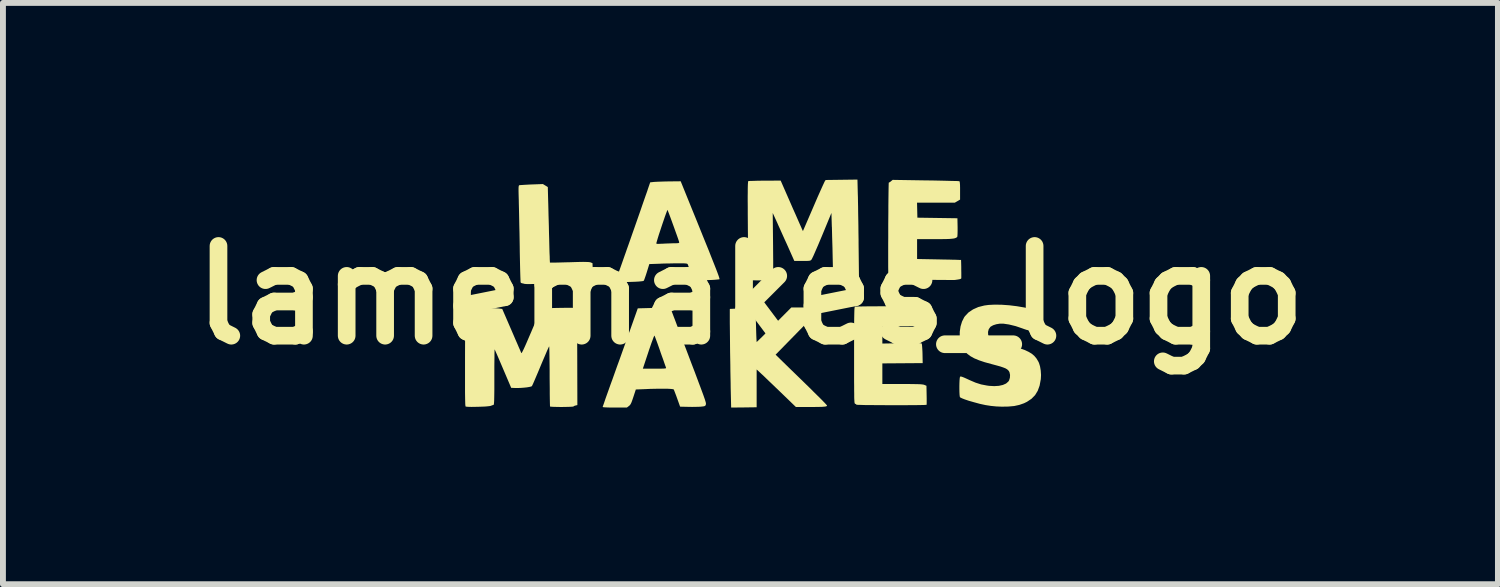
<source format=kicad_pcb>
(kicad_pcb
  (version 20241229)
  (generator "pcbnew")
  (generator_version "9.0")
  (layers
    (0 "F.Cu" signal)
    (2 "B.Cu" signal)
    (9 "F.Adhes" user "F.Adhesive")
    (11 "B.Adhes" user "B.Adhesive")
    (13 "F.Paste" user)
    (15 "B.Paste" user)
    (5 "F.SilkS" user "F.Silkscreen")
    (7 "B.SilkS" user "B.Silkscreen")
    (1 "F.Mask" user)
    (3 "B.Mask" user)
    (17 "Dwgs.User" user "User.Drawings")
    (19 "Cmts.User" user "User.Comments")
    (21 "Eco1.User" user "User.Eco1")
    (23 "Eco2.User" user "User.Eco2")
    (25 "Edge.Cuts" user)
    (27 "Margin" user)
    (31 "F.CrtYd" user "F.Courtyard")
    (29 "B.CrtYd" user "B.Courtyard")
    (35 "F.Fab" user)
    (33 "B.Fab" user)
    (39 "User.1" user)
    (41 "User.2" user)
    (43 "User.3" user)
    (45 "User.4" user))
  (footprint "lamemakes_logo"
    (layer "F.Cu")
    (at 9.696 1.962)
    (property "Reference" "lamemakes_logo" (at 0 0 0) (layer "F.SilkS") (effects (font (size 1.524 1.524) (thickness 0.3))))
    (attr board_only exclude_from_pos_files exclude_from_bom)
    (fp_poly (pts (xy -3.484 -1.861) (xy -3.442 -1.835) (xy -3.436 -1.605) (xy -3.434 -1.541) (xy -3.432 -1.461) (xy -3.43 -1.369) (xy -3.427 -1.269) (xy -3.424 -1.165) (xy -3.422 -1.061) (xy -3.419 -0.965) (xy -3.417 -0.877) (xy -3.415 -0.795) (xy -3.413 -0.721) (xy -3.41 -0.658) (xy -3.409 -0.608) (xy -3.407 -0.573) (xy -3.406 -0.554) (xy -3.406 -0.552) (xy -3.395 -0.552) (xy -3.367 -0.552) (xy -3.324 -0.552) (xy -3.268 -0.553) (xy -3.201 -0.555) (xy -3.126 -0.557) (xy -3.074 -0.558) (xy -2.979 -0.561) (xy -2.902 -0.563) (xy -2.842 -0.564) (xy -2.795 -0.563) (xy -2.761 -0.562) (xy -2.736 -0.56) (xy -2.72 -0.557) (xy -2.714 -0.555) (xy -2.683 -0.542) (xy -2.677 -0.389) (xy -2.675 -0.33) (xy -2.674 -0.282) (xy -2.675 -0.247) (xy -2.678 -0.229) (xy -2.679 -0.227) (xy -2.689 -0.225) (xy -2.716 -0.222) (xy -2.759 -0.219) (xy -2.819 -0.216) (xy -2.897 -0.213) (xy -2.993 -0.21) (xy -3.106 -0.206) (xy -3.239 -0.202) (xy -3.39 -0.197) (xy -3.561 -0.192) (xy -3.718 -0.188) (xy -3.765 -0.187) (xy -3.804 -0.188) (xy -3.832 -0.19) (xy -3.843 -0.192) (xy -3.862 -0.198) (xy -3.877 -0.2) (xy -3.896 -0.207) (xy -3.904 -0.217) (xy -3.905 -0.23) (xy -3.906 -0.262) (xy -3.908 -0.309) (xy -3.91 -0.371) (xy -3.912 -0.446) (xy -3.914 -0.532) (xy -3.916 -0.627) (xy -3.918 -0.729) (xy -3.919 -0.83) (xy -3.921 -0.945) (xy -3.923 -1.061) (xy -3.926 -1.175) (xy -3.928 -1.283) (xy -3.93 -1.384) (xy -3.932 -1.475) (xy -3.934 -1.552) (xy -3.935 -1.614) (xy -3.936 -1.642) (xy -3.938 -1.715) (xy -3.939 -1.769) (xy -3.939 -1.809) (xy -3.938 -1.836) (xy -3.935 -1.853) (xy -3.932 -1.862) (xy -3.927 -1.866) (xy -3.913 -1.868) (xy -3.882 -1.87) (xy -3.837 -1.873) (xy -3.783 -1.876) (xy -3.723 -1.879) (xy -3.718 -1.879) (xy -3.525 -1.886)) (stroke (width 0) (type solid)) (fill yes) (layer "F.SilkS"))
    (fp_poly (pts (xy 1.021 0.21) (xy 1.081 0.211) (xy 1.125 0.212) (xy 1.156 0.213) (xy 1.175 0.216) (xy 1.185 0.219) (xy 1.188 0.223) (xy 1.188 0.224) (xy 1.181 0.234) (xy 1.161 0.257) (xy 1.129 0.291) (xy 1.087 0.335) (xy 1.036 0.388) (xy 0.978 0.448) (xy 0.914 0.515) (xy 0.844 0.586) (xy 0.806 0.625) (xy 0.427 1.012) (xy 0.496 1.079) (xy 0.517 1.1) (xy 0.55 1.132) (xy 0.595 1.176) (xy 0.648 1.228) (xy 0.71 1.288) (xy 0.777 1.353) (xy 0.848 1.422) (xy 0.922 1.494) (xy 0.932 1.504) (xy 1.004 1.574) (xy 1.07 1.64) (xy 1.131 1.7) (xy 1.185 1.753) (xy 1.23 1.799) (xy 1.265 1.835) (xy 1.288 1.86) (xy 1.299 1.873) (xy 1.3 1.875) (xy 1.298 1.882) (xy 1.29 1.888) (xy 1.275 1.892) (xy 1.25 1.895) (xy 1.214 1.898) (xy 1.164 1.899) (xy 1.098 1.9) (xy 1.013 1.9) (xy 1.013 1.9) (xy 0.771 1.9) (xy 0.499 1.637) (xy 0.435 1.576) (xy 0.373 1.516) (xy 0.315 1.461) (xy 0.263 1.411) (xy 0.22 1.369) (xy 0.186 1.338) (xy 0.166 1.319) (xy 0.105 1.263) (xy 0.105 1.905) (xy -0.111 1.908) (xy -0.328 1.91) (xy -0.334 1.658) (xy -0.336 1.577) (xy -0.337 1.488) (xy -0.339 1.39) (xy -0.341 1.287) (xy -0.342 1.179) (xy -0.344 1.07) (xy -0.346 0.96) (xy -0.347 0.851) (xy -0.348 0.745) (xy -0.349 0.645) (xy -0.35 0.551) (xy -0.351 0.466) (xy -0.351 0.392) (xy -0.351 0.33) (xy -0.351 0.282) (xy -0.351 0.25) (xy -0.35 0.236) (xy -0.35 0.235) (xy -0.339 0.234) (xy -0.311 0.233) (xy -0.269 0.231) (xy -0.216 0.23) (xy -0.154 0.229) (xy -0.13 0.228) (xy 0.085 0.225) (xy 0.094 0.51) (xy 0.096 0.583) (xy 0.098 0.65) (xy 0.1 0.707) (xy 0.102 0.752) (xy 0.104 0.783) (xy 0.105 0.797) (xy 0.105 0.798) (xy 0.112 0.791) (xy 0.132 0.772) (xy 0.163 0.742) (xy 0.204 0.702) (xy 0.253 0.653) (xy 0.308 0.598) (xy 0.369 0.537) (xy 0.4 0.505) (xy 0.694 0.21) (xy 0.943 0.21)) (stroke (width 0) (type solid)) (fill yes) (layer "F.SilkS"))
    (fp_poly (pts (xy 2.975 -1.948) (xy 3.079 -1.947) (xy 3.178 -1.945) (xy 3.268 -1.943) (xy 3.349 -1.941) (xy 3.419 -1.939) (xy 3.476 -1.938) (xy 3.517 -1.937) (xy 3.541 -1.935) (xy 3.547 -1.935) (xy 3.553 -1.927) (xy 3.556 -1.908) (xy 3.559 -1.873) (xy 3.56 -1.823) (xy 3.56 -1.776) (xy 3.56 -1.622) (xy 3.516 -1.596) (xy 3.471 -1.57) (xy 2.829 -1.57) (xy 2.835 -1.315) (xy 3.515 -1.305) (xy 3.518 -1.151) (xy 3.518 -1.09) (xy 3.517 -1.041) (xy 3.515 -1.006) (xy 3.512 -0.988) (xy 3.511 -0.987) (xy 3.498 -0.977) (xy 3.481 -0.969) (xy 3.458 -0.962) (xy 3.426 -0.958) (xy 3.383 -0.954) (xy 3.328 -0.952) (xy 3.257 -0.951) (xy 3.17 -0.95) (xy 3.127 -0.95) (xy 2.83 -0.95) (xy 2.83 -0.613) (xy 3.202 -0.606) (xy 3.286 -0.604) (xy 3.364 -0.603) (xy 3.433 -0.601) (xy 3.491 -0.6) (xy 3.536 -0.598) (xy 3.565 -0.597) (xy 3.577 -0.597) (xy 3.577 -0.597) (xy 3.577 -0.587) (xy 3.578 -0.561) (xy 3.579 -0.523) (xy 3.58 -0.478) (xy 3.58 -0.43) (xy 3.581 -0.382) (xy 3.581 -0.339) (xy 3.581 -0.305) (xy 3.581 -0.285) (xy 3.58 -0.284) (xy 3.571 -0.276) (xy 3.549 -0.269) (xy 3.537 -0.267) (xy 3.507 -0.262) (xy 3.484 -0.259) (xy 3.48 -0.258) (xy 3.467 -0.257) (xy 3.436 -0.257) (xy 3.39 -0.257) (xy 3.328 -0.257) (xy 3.254 -0.258) (xy 3.17 -0.258) (xy 3.076 -0.259) (xy 2.975 -0.26) (xy 2.905 -0.26) (xy 2.801 -0.261) (xy 2.703 -0.262) (xy 2.614 -0.263) (xy 2.534 -0.264) (xy 2.465 -0.265) (xy 2.41 -0.266) (xy 2.37 -0.267) (xy 2.347 -0.267) (xy 2.342 -0.268) (xy 2.342 -0.278) (xy 2.341 -0.307) (xy 2.34 -0.352) (xy 2.34 -0.412) (xy 2.339 -0.484) (xy 2.339 -0.567) (xy 2.339 -0.659) (xy 2.339 -0.759) (xy 2.339 -0.864) (xy 2.34 -0.973) (xy 2.34 -1.083) (xy 2.34 -1.194) (xy 2.341 -1.303) (xy 2.342 -1.409) (xy 2.342 -1.509) (xy 2.343 -1.602) (xy 2.344 -1.686) (xy 2.345 -1.759) (xy 2.346 -1.82) (xy 2.347 -1.867) (xy 2.348 -1.897) (xy 2.349 -1.91) (xy 2.349 -1.91) (xy 2.362 -1.916) (xy 2.383 -1.93) (xy 2.387 -1.934) (xy 2.415 -1.957)) (stroke (width 0) (type solid)) (fill yes) (layer "F.SilkS"))
    (fp_poly (pts (xy 2.96 0.19) (xy 2.965 0.212) (xy 2.967 0.23) (xy 2.968 0.264) (xy 2.969 0.309) (xy 2.968 0.36) (xy 2.968 0.375) (xy 2.965 0.515) (xy 2.92 0.522) (xy 2.899 0.523) (xy 2.861 0.525) (xy 2.808 0.526) (xy 2.744 0.528) (xy 2.672 0.529) (xy 2.593 0.529) (xy 2.558 0.529) (xy 2.24 0.53) (xy 2.24 0.823) (xy 2.569 0.817) (xy 2.664 0.815) (xy 2.741 0.814) (xy 2.802 0.814) (xy 2.847 0.815) (xy 2.878 0.817) (xy 2.898 0.819) (xy 2.907 0.822) (xy 2.908 0.823) (xy 2.912 0.837) (xy 2.915 0.867) (xy 2.918 0.909) (xy 2.921 0.961) (xy 2.922 0.995) (xy 2.925 1.155) (xy 2.24 1.16) (xy 2.24 1.51) (xy 2.579 1.51) (xy 2.674 1.51) (xy 2.751 1.511) (xy 2.813 1.512) (xy 2.86 1.513) (xy 2.896 1.515) (xy 2.922 1.518) (xy 2.941 1.521) (xy 2.953 1.525) (xy 2.989 1.54) (xy 2.992 1.697) (xy 2.993 1.752) (xy 2.993 1.799) (xy 2.993 1.835) (xy 2.992 1.858) (xy 2.992 1.863) (xy 2.982 1.864) (xy 2.953 1.866) (xy 2.91 1.867) (xy 2.852 1.868) (xy 2.783 1.869) (xy 2.705 1.869) (xy 2.62 1.87) (xy 2.529 1.87) (xy 2.436 1.87) (xy 2.341 1.87) (xy 2.248 1.869) (xy 2.158 1.869) (xy 2.074 1.868) (xy 1.997 1.868) (xy 1.93 1.867) (xy 1.874 1.865) (xy 1.833 1.864) (xy 1.807 1.863) (xy 1.8 1.861) (xy 1.792 1.852) (xy 1.78 1.847) (xy 1.776 1.846) (xy 1.773 1.843) (xy 1.771 1.838) (xy 1.768 1.829) (xy 1.766 1.814) (xy 1.765 1.793) (xy 1.763 1.765) (xy 1.762 1.727) (xy 1.762 1.679) (xy 1.761 1.619) (xy 1.761 1.546) (xy 1.76 1.46) (xy 1.76 1.357) (xy 1.76 1.238) (xy 1.76 1.101) (xy 1.76 1.022) (xy 1.76 0.874) (xy 1.76 0.745) (xy 1.76 0.633) (xy 1.761 0.537) (xy 1.761 0.456) (xy 1.762 0.389) (xy 1.763 0.335) (xy 1.764 0.292) (xy 1.765 0.258) (xy 1.766 0.234) (xy 1.768 0.216) (xy 1.77 0.205) (xy 1.773 0.199) (xy 1.776 0.196) (xy 1.776 0.196) (xy 1.788 0.195) (xy 1.819 0.194) (xy 1.866 0.193) (xy 1.928 0.192) (xy 2.003 0.191) (xy 2.088 0.191) (xy 2.183 0.19) (xy 2.284 0.19) (xy 2.376 0.19)) (stroke (width 0) (type solid)) (fill yes) (layer "F.SilkS"))
    (fp_poly (pts (xy 1.823 -1.718) (xy 1.825 -1.662) (xy 1.826 -1.588) (xy 1.828 -1.5) (xy 1.829 -1.4) (xy 1.831 -1.292) (xy 1.833 -1.178) (xy 1.834 -1.061) (xy 1.836 -0.943) (xy 1.836 -0.884) (xy 1.843 -0.294) (xy 1.814 -0.282) (xy 1.792 -0.277) (xy 1.755 -0.274) (xy 1.7 -0.272) (xy 1.626 -0.272) (xy 1.595 -0.272) (xy 1.405 -0.275) (xy 1.397 -0.6) (xy 1.395 -0.693) (xy 1.393 -0.794) (xy 1.39 -0.895) (xy 1.387 -0.993) (xy 1.385 -1.081) (xy 1.383 -1.156) (xy 1.382 -1.16) (xy 1.375 -1.395) (xy 1.216 -1.01) (xy 1.181 -0.927) (xy 1.148 -0.848) (xy 1.117 -0.777) (xy 1.09 -0.715) (xy 1.068 -0.665) (xy 1.05 -0.628) (xy 1.039 -0.606) (xy 1.036 -0.603) (xy 1.027 -0.593) (xy 1.016 -0.587) (xy 1 -0.583) (xy 0.974 -0.581) (xy 0.935 -0.58) (xy 0.881 -0.58) (xy 0.745 -0.58) (xy 0.648 -0.798) (xy 0.614 -0.874) (xy 0.575 -0.959) (xy 0.536 -1.046) (xy 0.499 -1.129) (xy 0.467 -1.199) (xy 0.465 -1.205) (xy 0.378 -1.395) (xy 0.384 -0.842) (xy 0.385 -0.701) (xy 0.386 -0.58) (xy 0.386 -0.48) (xy 0.386 -0.399) (xy 0.385 -0.337) (xy 0.383 -0.295) (xy 0.381 -0.273) (xy 0.38 -0.269) (xy 0.375 -0.263) (xy 0.367 -0.258) (xy 0.353 -0.254) (xy 0.331 -0.252) (xy 0.297 -0.251) (xy 0.25 -0.25) (xy 0.185 -0.25) (xy 0.169 -0.25) (xy 0.097 -0.25) (xy 0.042 -0.251) (xy 0.004 -0.253) (xy -0.02 -0.256) (xy -0.032 -0.26) (xy -0.034 -0.263) (xy -0.035 -0.274) (xy -0.036 -0.304) (xy -0.037 -0.352) (xy -0.038 -0.414) (xy -0.039 -0.491) (xy -0.04 -0.58) (xy -0.041 -0.68) (xy -0.042 -0.79) (xy -0.043 -0.908) (xy -0.043 -1.032) (xy -0.044 -1.103) (xy -0.045 -1.253) (xy -0.046 -1.385) (xy -0.046 -1.499) (xy -0.047 -1.597) (xy -0.047 -1.679) (xy -0.046 -1.747) (xy -0.046 -1.803) (xy -0.045 -1.847) (xy -0.044 -1.881) (xy -0.042 -1.905) (xy -0.041 -1.922) (xy -0.039 -1.932) (xy -0.036 -1.936) (xy -0.036 -1.936) (xy -0.022 -1.938) (xy 0.008 -1.939) (xy 0.053 -1.94) (xy 0.11 -1.942) (xy 0.176 -1.943) (xy 0.246 -1.943) (xy 0.513 -1.945) (xy 0.686 -1.55) (xy 0.723 -1.465) (xy 0.759 -1.385) (xy 0.791 -1.312) (xy 0.819 -1.248) (xy 0.843 -1.194) (xy 0.861 -1.154) (xy 0.872 -1.128) (xy 0.875 -1.121) (xy 0.891 -1.087) (xy 1.068 -1.497) (xy 1.105 -1.583) (xy 1.14 -1.664) (xy 1.173 -1.738) (xy 1.202 -1.803) (xy 1.226 -1.856) (xy 1.245 -1.897) (xy 1.257 -1.923) (xy 1.261 -1.931) (xy 1.277 -1.955) (xy 1.817 -1.962)) (stroke (width 0) (type solid)) (fill yes) (layer "F.SilkS"))
    (fp_poly (pts (xy -1.436 0.216) (xy -1.399 0.217) (xy -1.376 0.219) (xy -1.364 0.223) (xy -1.363 0.223) (xy -1.355 0.237) (xy -1.343 0.265) (xy -1.327 0.303) (xy -1.315 0.335) (xy -1.305 0.362) (xy -1.288 0.406) (xy -1.266 0.464) (xy -1.239 0.536) (xy -1.208 0.619) (xy -1.173 0.71) (xy -1.136 0.809) (xy -1.096 0.913) (xy -1.055 1.021) (xy -1.048 1.04) (xy -0.995 1.18) (xy -0.948 1.302) (xy -0.908 1.409) (xy -0.874 1.5) (xy -0.845 1.577) (xy -0.821 1.642) (xy -0.801 1.696) (xy -0.786 1.739) (xy -0.774 1.773) (xy -0.766 1.8) (xy -0.76 1.82) (xy -0.757 1.835) (xy -0.756 1.846) (xy -0.757 1.854) (xy -0.759 1.861) (xy -0.759 1.864) (xy -0.766 1.877) (xy -0.778 1.885) (xy -0.799 1.89) (xy -0.835 1.894) (xy -0.842 1.895) (xy -0.88 1.897) (xy -0.932 1.898) (xy -0.991 1.899) (xy -1.05 1.898) (xy -1.055 1.898) (xy -1.195 1.895) (xy -1.245 1.755) (xy -1.263 1.705) (xy -1.28 1.661) (xy -1.293 1.627) (xy -1.301 1.606) (xy -1.303 1.603) (xy -1.316 1.598) (xy -1.347 1.594) (xy -1.395 1.591) (xy -1.456 1.59) (xy -1.529 1.59) (xy -1.613 1.591) (xy -1.705 1.593) (xy -1.791 1.597) (xy -1.947 1.603) (xy -1.989 1.731) (xy -2.007 1.784) (xy -2.021 1.822) (xy -2.034 1.849) (xy -2.046 1.867) (xy -2.061 1.881) (xy -2.065 1.884) (xy -2.099 1.91) (xy -2.304 1.91) (xy -2.378 1.91) (xy -2.436 1.908) (xy -2.479 1.906) (xy -2.504 1.903) (xy -2.51 1.9) (xy -2.507 1.889) (xy -2.497 1.861) (xy -2.482 1.818) (xy -2.463 1.761) (xy -2.439 1.694) (xy -2.411 1.616) (xy -2.381 1.531) (xy -2.348 1.441) (xy -2.345 1.433) (xy -2.306 1.323) (xy -2.28 1.25) (xy -1.828 1.25) (xy -1.628 1.25) (xy -1.56 1.25) (xy -1.51 1.249) (xy -1.474 1.248) (xy -1.451 1.246) (xy -1.439 1.244) (xy -1.434 1.239) (xy -1.434 1.234) (xy -1.434 1.233) (xy -1.439 1.219) (xy -1.45 1.189) (xy -1.465 1.146) (xy -1.484 1.091) (xy -1.507 1.028) (xy -1.531 0.96) (xy -1.532 0.955) (xy -1.556 0.887) (xy -1.578 0.825) (xy -1.598 0.771) (xy -1.614 0.728) (xy -1.625 0.7) (xy -1.63 0.687) (xy -1.63 0.687) (xy -1.635 0.694) (xy -1.646 0.717) (xy -1.66 0.756) (xy -1.679 0.806) (xy -1.7 0.867) (xy -1.724 0.936) (xy -1.733 0.964) (xy -1.828 1.25) (xy -2.28 1.25) (xy -2.264 1.205) (xy -2.219 1.082) (xy -2.175 0.958) (xy -2.132 0.838) (xy -2.093 0.727) (xy -2.058 0.629) (xy -2.047 0.6) (xy -1.914 0.225) (xy -1.645 0.218) (xy -1.557 0.216) (xy -1.488 0.216)) (stroke (width 0) (type solid)) (fill yes) (layer "F.SilkS"))
    (fp_poly (pts (xy 4.269 0.164) (xy 4.396 0.173) (xy 4.526 0.189) (xy 4.655 0.211) (xy 4.755 0.233) (xy 4.845 0.255) (xy 4.848 0.405) (xy 4.849 0.472) (xy 4.849 0.522) (xy 4.847 0.556) (xy 4.842 0.579) (xy 4.833 0.592) (xy 4.819 0.598) (xy 4.799 0.6) (xy 4.772 0.6) (xy 4.731 0.598) (xy 4.694 0.592) (xy 4.652 0.578) (xy 4.616 0.565) (xy 4.505 0.527) (xy 4.39 0.499) (xy 4.295 0.485) (xy 4.235 0.485) (xy 4.175 0.495) (xy 4.122 0.512) (xy 4.081 0.535) (xy 4.074 0.541) (xy 4.047 0.579) (xy 4.035 0.625) (xy 4.037 0.674) (xy 4.054 0.721) (xy 4.061 0.731) (xy 4.078 0.75) (xy 4.103 0.767) (xy 4.138 0.783) (xy 4.185 0.8) (xy 4.247 0.817) (xy 4.326 0.837) (xy 4.361 0.846) (xy 4.477 0.874) (xy 4.574 0.903) (xy 4.656 0.932) (xy 4.723 0.963) (xy 4.778 0.996) (xy 4.822 1.034) (xy 4.858 1.077) (xy 4.888 1.127) (xy 4.9 1.152) (xy 4.918 1.21) (xy 4.93 1.281) (xy 4.935 1.357) (xy 4.931 1.433) (xy 4.93 1.434) (xy 4.911 1.537) (xy 4.879 1.625) (xy 4.834 1.699) (xy 4.773 1.761) (xy 4.697 1.812) (xy 4.646 1.837) (xy 4.566 1.865) (xy 4.479 1.884) (xy 4.38 1.893) (xy 4.268 1.895) (xy 4.175 1.891) (xy 4.084 1.882) (xy 3.993 1.868) (xy 3.896 1.847) (xy 3.79 1.818) (xy 3.706 1.794) (xy 3.641 1.772) (xy 3.595 1.754) (xy 3.566 1.74) (xy 3.558 1.733) (xy 3.554 1.718) (xy 3.551 1.688) (xy 3.549 1.646) (xy 3.548 1.597) (xy 3.548 1.545) (xy 3.549 1.494) (xy 3.551 1.449) (xy 3.554 1.413) (xy 3.558 1.391) (xy 3.56 1.386) (xy 3.568 1.383) (xy 3.582 1.384) (xy 3.606 1.392) (xy 3.64 1.406) (xy 3.688 1.428) (xy 3.725 1.445) (xy 3.823 1.487) (xy 3.917 1.517) (xy 4.016 1.536) (xy 4.051 1.541) (xy 4.14 1.546) (xy 4.219 1.541) (xy 4.287 1.526) (xy 4.341 1.502) (xy 4.379 1.469) (xy 4.392 1.45) (xy 4.406 1.405) (xy 4.409 1.356) (xy 4.399 1.31) (xy 4.391 1.294) (xy 4.377 1.276) (xy 4.358 1.26) (xy 4.331 1.244) (xy 4.293 1.229) (xy 4.243 1.212) (xy 4.178 1.194) (xy 4.096 1.172) (xy 4.089 1.17) (xy 3.976 1.139) (xy 3.881 1.107) (xy 3.802 1.074) (xy 3.737 1.038) (xy 3.685 0.999) (xy 3.642 0.954) (xy 3.609 0.903) (xy 3.592 0.871) (xy 3.566 0.795) (xy 3.554 0.709) (xy 3.555 0.62) (xy 3.568 0.532) (xy 3.593 0.45) (xy 3.629 0.378) (xy 3.644 0.357) (xy 3.704 0.294) (xy 3.78 0.243) (xy 3.869 0.203) (xy 3.971 0.177) (xy 4.044 0.167) (xy 4.15 0.162)) (stroke (width 0) (type solid)) (fill yes) (layer "F.SilkS"))
    (fp_poly (pts (xy -1.003 -1.484) (xy -0.93 -1.305) (xy -0.865 -1.144) (xy -0.807 -1) (xy -0.755 -0.872) (xy -0.709 -0.759) (xy -0.67 -0.66) (xy -0.636 -0.574) (xy -0.607 -0.501) (xy -0.583 -0.44) (xy -0.564 -0.39) (xy -0.549 -0.35) (xy -0.538 -0.319) (xy -0.531 -0.296) (xy -0.527 -0.281) (xy -0.525 -0.272) (xy -0.526 -0.27) (xy -0.538 -0.267) (xy -0.567 -0.264) (xy -0.611 -0.26) (xy -0.664 -0.257) (xy -0.726 -0.255) (xy -0.746 -0.254) (xy -0.817 -0.251) (xy -0.871 -0.249) (xy -0.911 -0.25) (xy -0.94 -0.254) (xy -0.96 -0.264) (xy -0.975 -0.281) (xy -0.987 -0.306) (xy -1 -0.341) (xy -1.016 -0.388) (xy -1.019 -0.397) (xy -1.035 -0.442) (xy -1.05 -0.481) (xy -1.06 -0.51) (xy -1.065 -0.522) (xy -1.07 -0.529) (xy -1.08 -0.534) (xy -1.098 -0.537) (xy -1.127 -0.539) (xy -1.171 -0.54) (xy -1.214 -0.54) (xy -1.276 -0.54) (xy -1.349 -0.538) (xy -1.428 -0.537) (xy -1.504 -0.535) (xy -1.537 -0.533) (xy -1.718 -0.527) (xy -1.76 -0.391) (xy -1.776 -0.341) (xy -1.791 -0.298) (xy -1.803 -0.264) (xy -1.812 -0.245) (xy -1.814 -0.242) (xy -1.828 -0.238) (xy -1.858 -0.234) (xy -1.901 -0.23) (xy -1.953 -0.227) (xy -2.01 -0.225) (xy -2.069 -0.223) (xy -2.127 -0.223) (xy -2.18 -0.223) (xy -2.223 -0.224) (xy -2.254 -0.227) (xy -2.267 -0.229) (xy -2.289 -0.239) (xy -2.234 -0.397) (xy -2.209 -0.467) (xy -2.181 -0.546) (xy -2.153 -0.626) (xy -2.128 -0.697) (xy -2.123 -0.71) (xy -2.1 -0.777) (xy -2.072 -0.855) (xy -2.064 -0.878) (xy -1.599 -0.878) (xy -1.595 -0.873) (xy -1.583 -0.87) (xy -1.559 -0.87) (xy -1.521 -0.872) (xy -1.489 -0.873) (xy -1.432 -0.876) (xy -1.372 -0.878) (xy -1.318 -0.88) (xy -1.292 -0.88) (xy -1.251 -0.881) (xy -1.225 -0.883) (xy -1.213 -0.888) (xy -1.21 -0.895) (xy -1.213 -0.907) (xy -1.222 -0.935) (xy -1.236 -0.976) (xy -1.254 -1.027) (xy -1.275 -1.085) (xy -1.297 -1.147) (xy -1.32 -1.21) (xy -1.342 -1.271) (xy -1.363 -1.328) (xy -1.381 -1.376) (xy -1.396 -1.415) (xy -1.406 -1.44) (xy -1.409 -1.447) (xy -1.413 -1.44) (xy -1.422 -1.417) (xy -1.436 -1.38) (xy -1.453 -1.333) (xy -1.472 -1.277) (xy -1.493 -1.216) (xy -1.514 -1.153) (xy -1.535 -1.089) (xy -1.555 -1.029) (xy -1.572 -0.974) (xy -1.586 -0.927) (xy -1.596 -0.892) (xy -1.598 -0.886) (xy -1.599 -0.878) (xy -2.064 -0.878) (xy -2.041 -0.943) (xy -2.008 -1.038) (xy -1.973 -1.137) (xy -1.938 -1.237) (xy -1.903 -1.337) (xy -1.869 -1.434) (xy -1.838 -1.525) (xy -1.809 -1.608) (xy -1.784 -1.68) (xy -1.763 -1.739) (xy -1.748 -1.782) (xy -1.746 -1.79) (xy -1.703 -1.915) (xy -1.639 -1.922) (xy -1.608 -1.924) (xy -1.562 -1.926) (xy -1.505 -1.928) (xy -1.442 -1.93) (xy -1.38 -1.931) (xy -1.185 -1.933)) (stroke (width 0) (type solid)) (fill yes) (layer "F.SilkS"))
    (fp_poly (pts (xy -3.038 0.216) (xy -3.002 0.217) (xy -2.985 0.219) (xy -2.945 0.226) (xy -2.942 1.047) (xy -2.94 1.868) (xy -2.97 1.875) (xy -2.993 1.882) (xy -3.005 1.891) (xy -3.017 1.894) (xy -3.044 1.896) (xy -3.084 1.898) (xy -3.133 1.899) (xy -3.187 1.9) (xy -3.242 1.9) (xy -3.294 1.899) (xy -3.34 1.898) (xy -3.376 1.896) (xy -3.399 1.894) (xy -3.404 1.892) (xy -3.405 1.881) (xy -3.406 1.851) (xy -3.407 1.806) (xy -3.408 1.746) (xy -3.409 1.674) (xy -3.409 1.592) (xy -3.41 1.501) (xy -3.411 1.403) (xy -3.411 1.377) (xy -3.411 1.278) (xy -3.412 1.186) (xy -3.413 1.102) (xy -3.414 1.028) (xy -3.415 0.966) (xy -3.416 0.918) (xy -3.417 0.886) (xy -3.419 0.871) (xy -3.419 0.87) (xy -3.424 0.879) (xy -3.436 0.905) (xy -3.454 0.944) (xy -3.476 0.996) (xy -3.503 1.059) (xy -3.533 1.129) (xy -3.564 1.203) (xy -3.596 1.28) (xy -3.626 1.351) (xy -3.653 1.414) (xy -3.676 1.468) (xy -3.694 1.509) (xy -3.707 1.536) (xy -3.712 1.546) (xy -3.726 1.553) (xy -3.756 1.56) (xy -3.798 1.567) (xy -3.846 1.572) (xy -3.897 1.576) (xy -3.947 1.578) (xy -3.99 1.578) (xy -4.064 1.575) (xy -4.202 1.251) (xy -4.234 1.176) (xy -4.264 1.106) (xy -4.29 1.045) (xy -4.313 0.993) (xy -4.33 0.954) (xy -4.341 0.93) (xy -4.345 0.922) (xy -4.346 0.93) (xy -4.347 0.957) (xy -4.348 1) (xy -4.348 1.057) (xy -4.349 1.126) (xy -4.35 1.206) (xy -4.35 1.295) (xy -4.35 1.389) (xy -4.35 1.503) (xy -4.35 1.599) (xy -4.351 1.677) (xy -4.352 1.74) (xy -4.353 1.788) (xy -4.355 1.823) (xy -4.357 1.846) (xy -4.36 1.86) (xy -4.362 1.864) (xy -4.38 1.869) (xy -4.406 1.879) (xy -4.41 1.881) (xy -4.431 1.885) (xy -4.466 1.889) (xy -4.513 1.893) (xy -4.567 1.895) (xy -4.625 1.897) (xy -4.683 1.898) (xy -4.737 1.899) (xy -4.783 1.898) (xy -4.817 1.896) (xy -4.836 1.893) (xy -4.838 1.892) (xy -4.84 1.887) (xy -4.842 1.873) (xy -4.844 1.851) (xy -4.845 1.818) (xy -4.846 1.774) (xy -4.847 1.718) (xy -4.848 1.648) (xy -4.848 1.564) (xy -4.848 1.464) (xy -4.848 1.347) (xy -4.848 1.213) (xy -4.848 1.06) (xy -4.848 1.054) (xy -4.845 0.225) (xy -4.59 0.222) (xy -4.517 0.222) (xy -4.447 0.222) (xy -4.384 0.223) (xy -4.331 0.224) (xy -4.293 0.226) (xy -4.276 0.227) (xy -4.216 0.235) (xy -4.058 0.6) (xy -4.023 0.681) (xy -3.991 0.756) (xy -3.961 0.824) (xy -3.936 0.883) (xy -3.915 0.93) (xy -3.901 0.964) (xy -3.893 0.982) (xy -3.892 0.984) (xy -3.888 0.984) (xy -3.88 0.973) (xy -3.868 0.95) (xy -3.85 0.914) (xy -3.827 0.864) (xy -3.798 0.798) (xy -3.763 0.716) (xy -3.72 0.617) (xy -3.719 0.614) (xy -3.553 0.225) (xy -3.289 0.218) (xy -3.216 0.217) (xy -3.148 0.216) (xy -3.087 0.216)) (stroke (width 0) (type solid)) (fill yes) (layer "F.SilkS")))
  (gr_rect
    (start -3 -3)
    (end 22.391 6.872)
    (stroke (width 0.1) (type default))
    (fill no)
    (layer "Edge.Cuts")))
</source>
